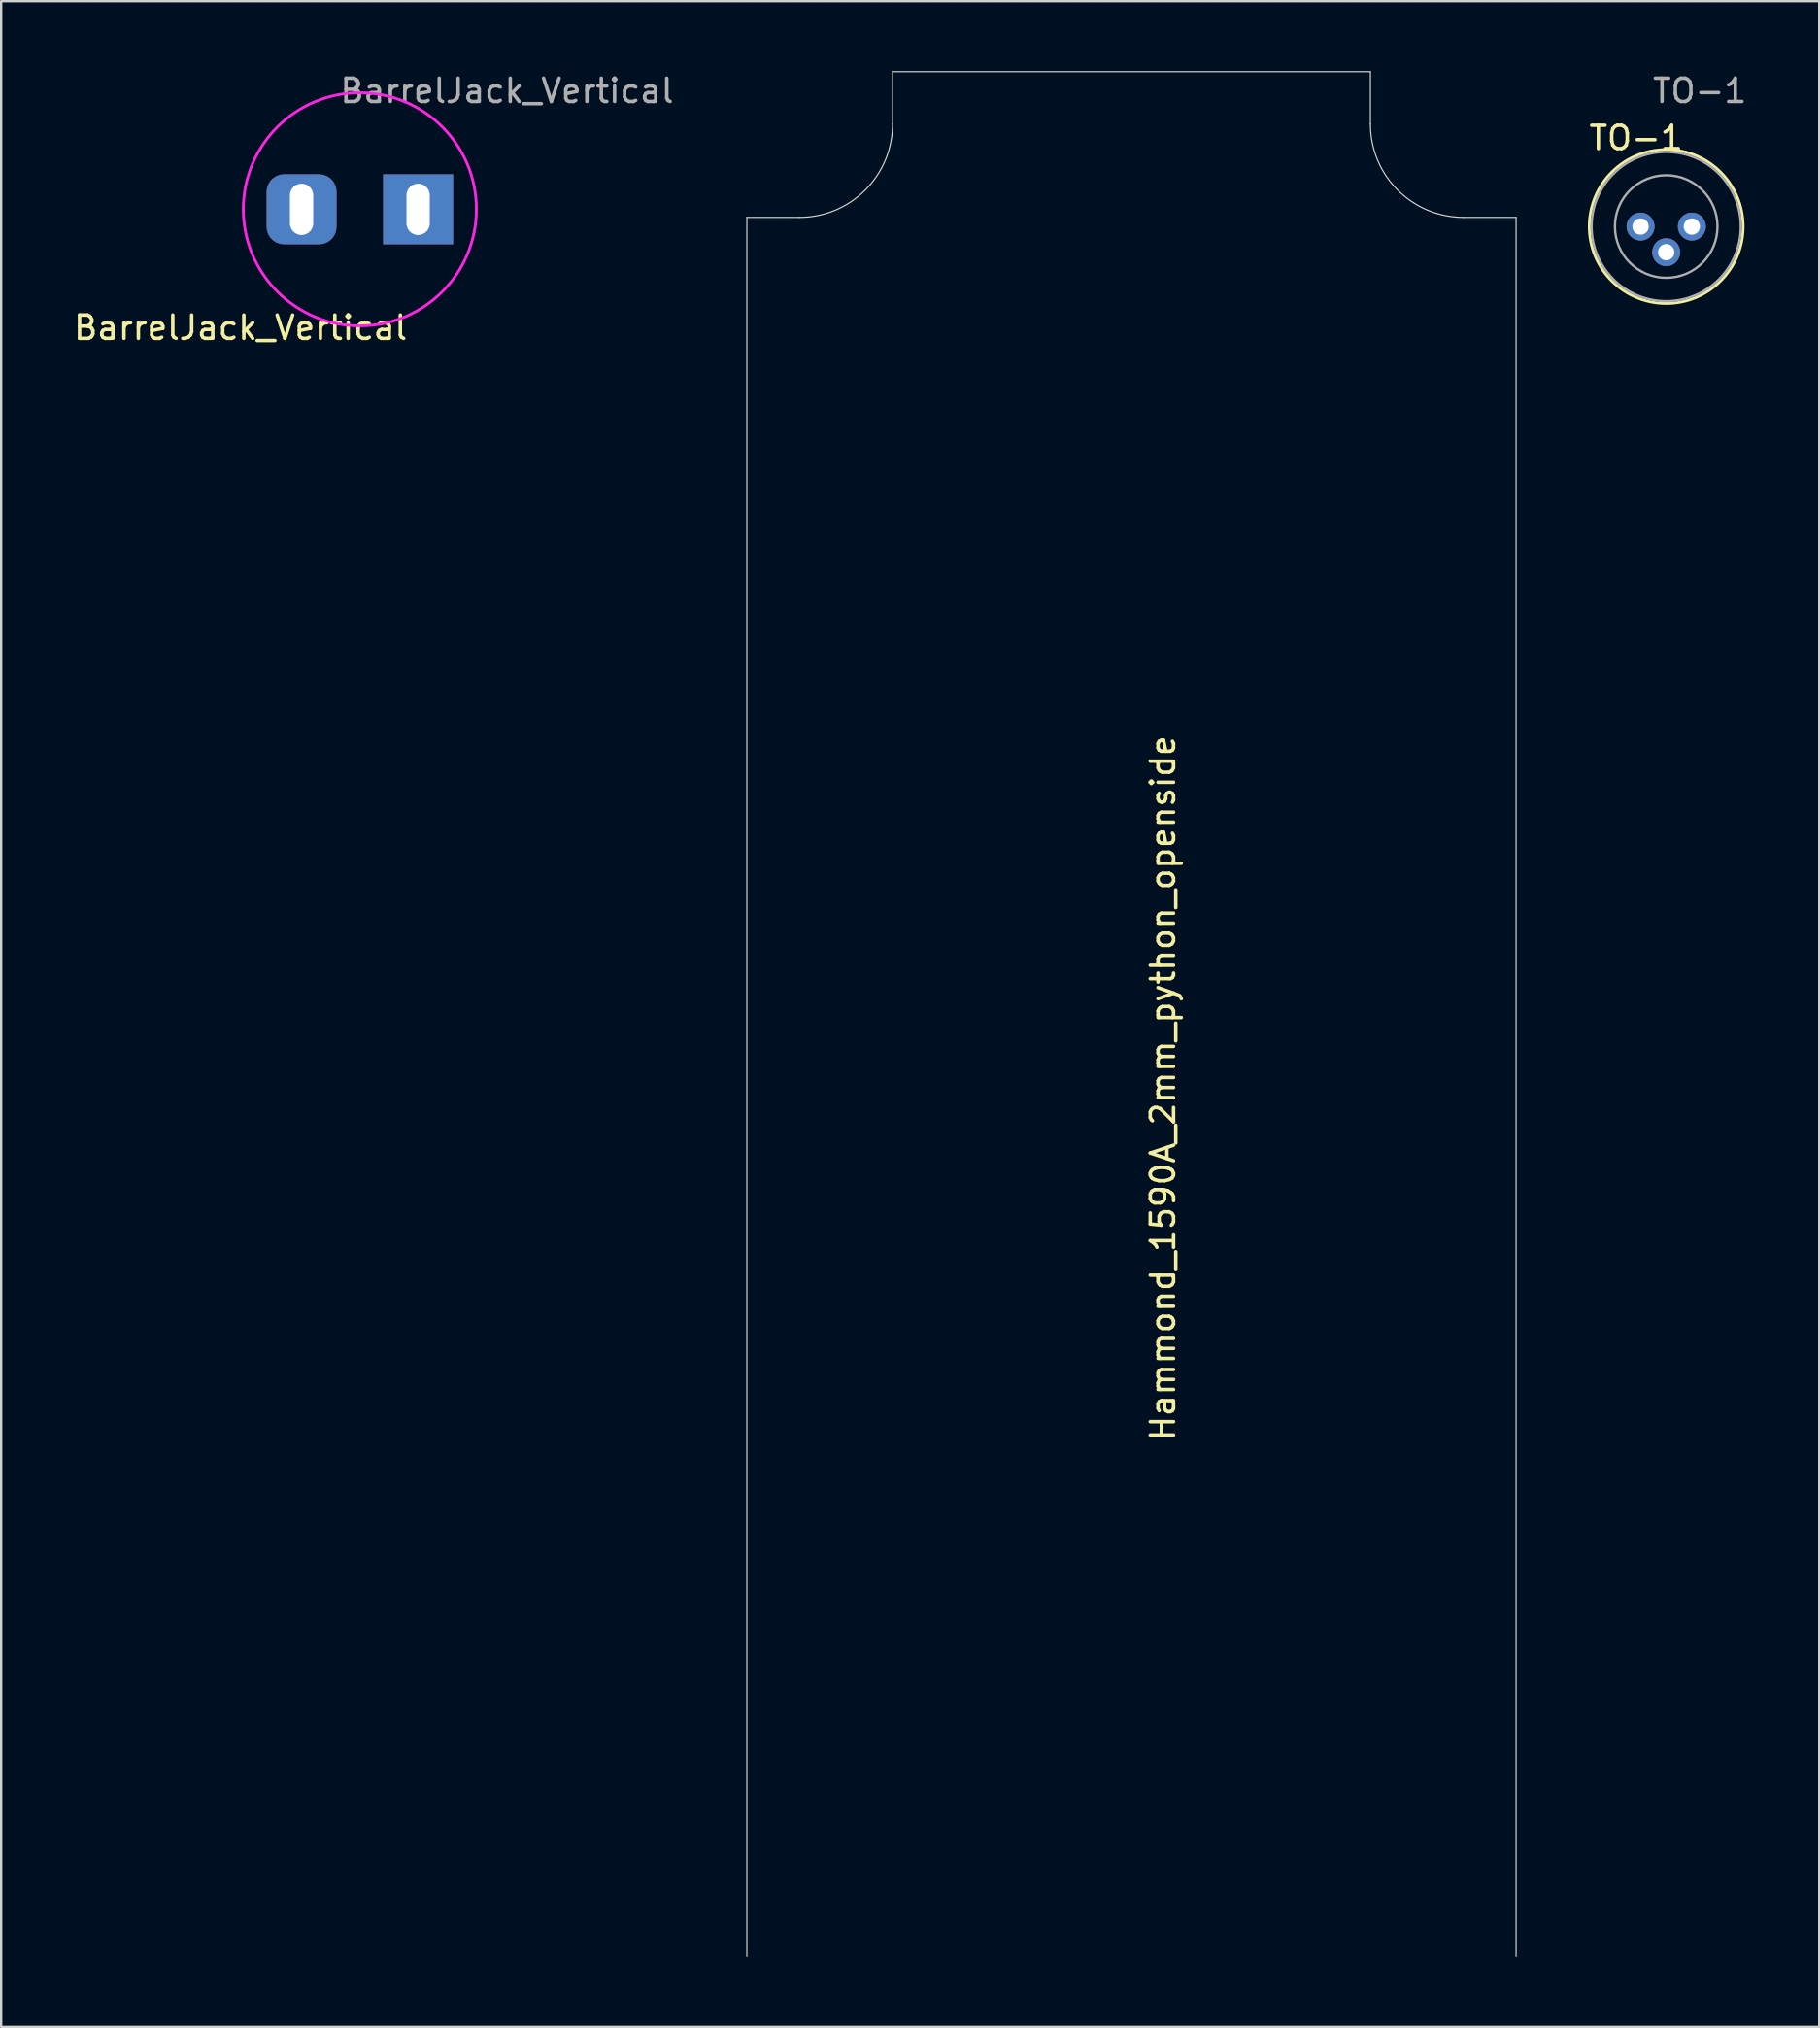
<source format=kicad_pcb>
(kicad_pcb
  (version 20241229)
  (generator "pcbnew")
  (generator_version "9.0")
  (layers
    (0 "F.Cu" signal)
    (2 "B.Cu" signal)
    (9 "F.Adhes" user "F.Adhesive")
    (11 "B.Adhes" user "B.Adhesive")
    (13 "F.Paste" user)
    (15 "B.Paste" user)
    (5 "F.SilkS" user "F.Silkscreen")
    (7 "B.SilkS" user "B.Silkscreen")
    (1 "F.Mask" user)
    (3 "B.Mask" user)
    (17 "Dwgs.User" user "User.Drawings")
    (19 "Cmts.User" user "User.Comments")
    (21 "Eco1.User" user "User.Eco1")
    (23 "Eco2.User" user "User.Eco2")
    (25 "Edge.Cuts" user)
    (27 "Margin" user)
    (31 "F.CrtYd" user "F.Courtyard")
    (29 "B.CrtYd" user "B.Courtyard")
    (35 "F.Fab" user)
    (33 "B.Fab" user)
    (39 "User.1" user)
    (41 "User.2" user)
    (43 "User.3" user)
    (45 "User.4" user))
  (footprint "TO-1"
    (layer "F.Cu")
    (at 67.331 6.668)
    (property "Reference" "TO-1" (at -0.19 -3.8 0) (layer "F.SilkS") (effects (font (size 1 1) (thickness 0.15))))
    (attr through_hole)
    (fp_circle (center 1.1 0) (end 4.4 0) (stroke (width 0.12) (type solid)) (fill no) (layer "F.SilkS"))
    (fp_circle (center 1.1 0) (end 3.3 0) (stroke (width 0.1) (type solid)) (fill no) (layer "F.Fab"))
    (fp_circle (center 1.1 0) (end 4.3 0) (stroke (width 0.1) (type solid)) (fill no) (layer "F.Fab"))
    (fp_text user "${REFERENCE}" (at 2.54 -5.82 0) (layer "F.Fab") (effects (font (size 1 1) (thickness 0.15))))
    (pad "1" thru_hole oval (at 0 0) (size 1.2 1.2) (drill 0.7) (layers "*.Cu" "*.Mask"))
    (pad "2" thru_hole oval (at 1.1 1.1) (size 1.2 1.2) (drill 0.7) (layers "*.Cu" "*.Mask"))
    (pad "3" thru_hole oval (at 2.2 0) (size 1.2 1.2) (drill 0.7) (layers "*.Cu" "*.Mask")))
  (footprint "BarrelJack_Vertical"
    (layer "F.Cu")
    (at 14.888 5.928)
    (property "Reference" "BarrelJack_Vertical" (at -7.62 5.08 0) (layer "F.SilkS") (effects (font (size 1 1) (thickness 0.15))))
    (attr through_hole)
    (fp_circle (center -2.5 0) (end 2.5 0) (stroke (width 0.12) (type solid)) (fill no) (layer "F.CrtYd"))
    (fp_text user "${REFERENCE}" (at 3.81 -5.08 0) (layer "F.Fab") (effects (font (size 1 1) (thickness 0.15))))
    (pad "1" thru_hole rect (at 0 0) (size 3 3) (drill oval 1 2.2) (layers "*.Cu" "*.Mask"))
    (pad "2" thru_hole roundrect (at -5 0) (size 3 3) (drill oval 1 2.2) (layers "*.Cu" "*.Mask") (roundrect_rratio 0.25)))
  (footprint "Hammond_1590A_2mm_python_openside"
    (layer "F.Cu")
    (at 45.491 43.575)
    (property "Reference" "Hammond_1590A_2mm_python_openside" (at 1.35 0.05 90) (layer "F.SilkS") (effects (font (size 1 1) (thickness 0.15))))
    (attr through_hole)
    (fp_line (start -16.5 37.3) (end -16.5 -37.3) (stroke (width 0.05) (type solid)) (layer "Edge.Cuts"))
    (fp_line (start -14.25 -37.3) (end -16.5 -37.3) (stroke (width 0.05) (type solid)) (layer "Edge.Cuts"))
    (fp_line (start -10.25 -43.55) (end 10.25 -43.55) (stroke (width 0.05) (type solid)) (layer "Edge.Cuts"))
    (fp_line (start -10.25 -41.3) (end -10.25 -43.55) (stroke (width 0.05) (type solid)) (layer "Edge.Cuts"))
    (fp_line (start 10.25 -41.3) (end 10.25 -43.55) (stroke (width 0.05) (type solid)) (layer "Edge.Cuts"))
    (fp_line (start 14.25 -37.3) (end 16.5 -37.3) (stroke (width 0.05) (type solid)) (layer "Edge.Cuts"))
    (fp_line (start 16.5 37.3) (end 16.5 -37.3) (stroke (width 0.05) (type solid)) (layer "Edge.Cuts"))
    (fp_arc (start -10.25 -41.3) (mid -11.421573 -38.471573) (end -14.25 -37.3) (stroke (width 0.05) (type solid)) (layer "Edge.Cuts"))
    (fp_arc (start 14.25 -37.3) (mid 11.421573 -38.471573) (end 10.25 -41.3) (stroke (width 0.05) (type solid)) (layer "Edge.Cuts")))
  (gr_rect
    (start -3 -3)
    (end 74.996 83.9)
    (stroke (width 0.1) (type default))
    (fill no)
    (layer "Edge.Cuts")))
</source>
